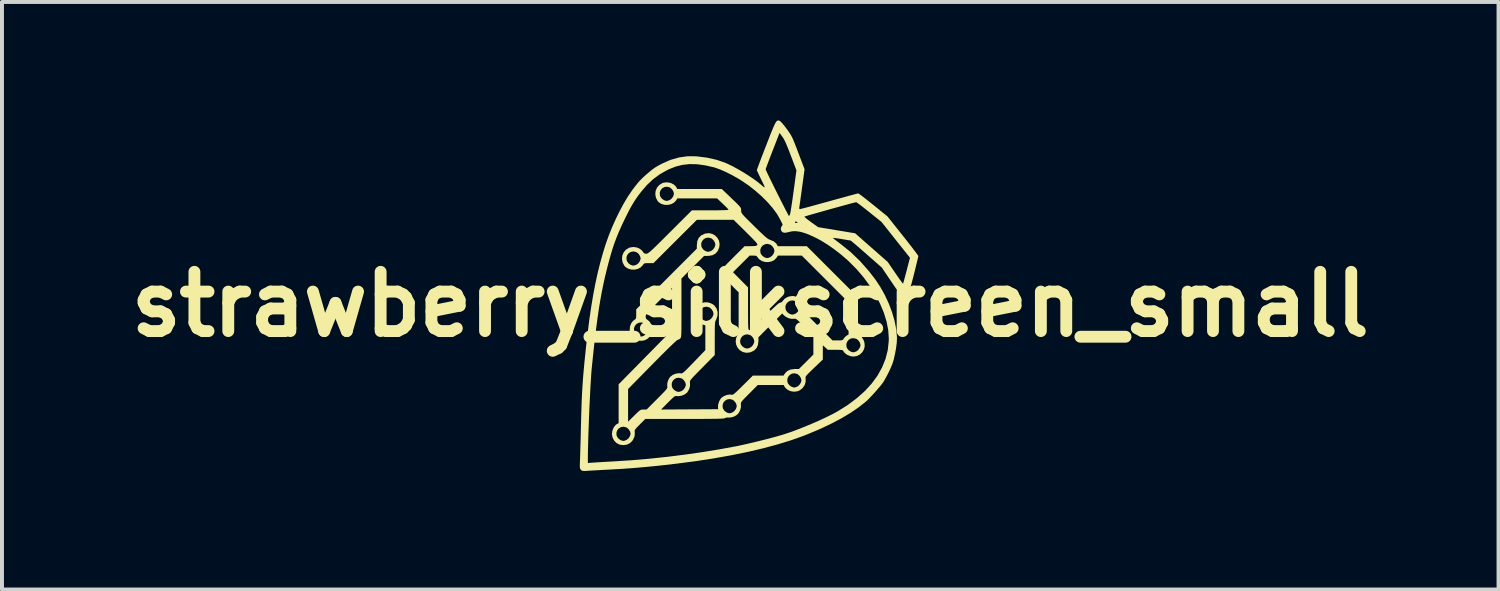
<source format=kicad_pcb>
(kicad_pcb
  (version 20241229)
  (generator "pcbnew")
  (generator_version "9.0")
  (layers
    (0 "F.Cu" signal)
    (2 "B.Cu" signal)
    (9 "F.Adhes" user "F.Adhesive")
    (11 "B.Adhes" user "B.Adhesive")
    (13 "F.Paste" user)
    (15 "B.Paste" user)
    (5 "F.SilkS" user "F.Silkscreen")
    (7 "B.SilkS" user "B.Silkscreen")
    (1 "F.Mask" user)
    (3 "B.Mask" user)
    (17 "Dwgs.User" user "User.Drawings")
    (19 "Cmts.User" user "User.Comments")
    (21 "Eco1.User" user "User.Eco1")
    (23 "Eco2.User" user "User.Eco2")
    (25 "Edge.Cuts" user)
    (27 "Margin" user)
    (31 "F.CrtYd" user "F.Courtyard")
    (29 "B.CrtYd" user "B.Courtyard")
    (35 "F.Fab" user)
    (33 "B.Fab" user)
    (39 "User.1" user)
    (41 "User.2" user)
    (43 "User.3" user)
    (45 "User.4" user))
  (footprint "strawberry_silkscreen_small"
    (layer "F.Cu")
    (at 15.943 4.653)
    (property "Reference" "strawberry_silkscreen_small" (at 0 0 0) (layer "F.SilkS") (effects (font (size 1.5 1.5) (thickness 0.3))))
    (attr board_only exclude_from_pos_files exclude_from_bom)
    (fp_poly (pts (xy 0.72 -4.652) (xy 0.74 -4.646) (xy 0.747 -4.643) (xy 0.77 -4.625) (xy 0.807 -4.586) (xy 0.854 -4.53) (xy 0.905 -4.463) (xy 0.922 -4.441) (xy 0.962 -4.385) (xy 0.995 -4.337) (xy 1.023 -4.293) (xy 1.049 -4.247) (xy 1.074 -4.196) (xy 1.101 -4.133) (xy 1.132 -4.055) (xy 1.171 -3.956) (xy 1.216 -3.836) (xy 1.375 -3.418) (xy 1.312 -2.957) (xy 1.296 -2.838) (xy 1.28 -2.727) (xy 1.267 -2.629) (xy 1.255 -2.548) (xy 1.247 -2.489) (xy 1.242 -2.457) (xy 1.241 -2.453) (xy 1.24 -2.421) (xy 1.255 -2.41) (xy 1.259 -2.41) (xy 1.279 -2.414) (xy 1.327 -2.426) (xy 1.399 -2.444) (xy 1.492 -2.469) (xy 1.603 -2.499) (xy 1.729 -2.534) (xy 1.867 -2.572) (xy 1.999 -2.608) (xy 2.145 -2.649) (xy 2.281 -2.686) (xy 2.405 -2.72) (xy 2.514 -2.75) (xy 2.605 -2.774) (xy 2.673 -2.793) (xy 2.718 -2.804) (xy 2.734 -2.807) (xy 2.751 -2.798) (xy 2.789 -2.77) (xy 2.846 -2.728) (xy 2.917 -2.673) (xy 2.999 -2.608) (xy 3.09 -2.535) (xy 3.114 -2.516) (xy 3.473 -2.225) (xy 3.864 -1.734) (xy 3.95 -1.626) (xy 4.029 -1.524) (xy 4.1 -1.433) (xy 4.16 -1.354) (xy 4.207 -1.291) (xy 4.239 -1.246) (xy 4.254 -1.223) (xy 4.255 -1.22) (xy 4.251 -1.2) (xy 4.24 -1.152) (xy 4.223 -1.082) (xy 4.201 -0.992) (xy 4.175 -0.886) (xy 4.146 -0.769) (xy 4.127 -0.694) (xy 4.085 -0.532) (xy 4.049 -0.399) (xy 4.019 -0.296) (xy 3.996 -0.223) (xy 3.98 -0.182) (xy 3.973 -0.171) (xy 3.925 -0.153) (xy 3.875 -0.159) (xy 3.854 -0.171) (xy 3.839 -0.189) (xy 3.808 -0.23) (xy 3.766 -0.29) (xy 3.713 -0.366) (xy 3.652 -0.454) (xy 3.587 -0.55) (xy 3.58 -0.56) (xy 3.331 -0.929) (xy 2.941 -1.271) (xy 2.847 -1.354) (xy 2.76 -1.43) (xy 2.684 -1.495) (xy 2.621 -1.549) (xy 2.574 -1.588) (xy 2.547 -1.61) (xy 2.54 -1.615) (xy 2.521 -1.617) (xy 2.477 -1.624) (xy 2.413 -1.635) (xy 2.336 -1.647) (xy 2.31 -1.652) (xy 2.232 -1.665) (xy 2.166 -1.674) (xy 2.118 -1.68) (xy 2.094 -1.68) (xy 2.092 -1.679) (xy 2.105 -1.667) (xy 2.138 -1.64) (xy 2.189 -1.601) (xy 2.251 -1.554) (xy 2.277 -1.535) (xy 2.534 -1.328) (xy 2.777 -1.096) (xy 3.006 -0.836) (xy 3.164 -0.632) (xy 3.292 -0.439) (xy 3.407 -0.233) (xy 3.507 -0.018) (xy 3.589 0.2) (xy 3.652 0.415) (xy 3.694 0.624) (xy 3.713 0.82) (xy 3.714 0.867) (xy 3.708 0.977) (xy 3.692 1.107) (xy 3.666 1.249) (xy 3.633 1.395) (xy 3.617 1.452) (xy 3.594 1.519) (xy 3.558 1.605) (xy 3.514 1.701) (xy 3.465 1.798) (xy 3.416 1.888) (xy 3.372 1.963) (xy 3.349 1.996) (xy 3.302 2.057) (xy 3.239 2.132) (xy 3.168 2.214) (xy 3.093 2.296) (xy 3.023 2.371) (xy 2.962 2.432) (xy 2.93 2.461) (xy 2.751 2.603) (xy 2.544 2.745) (xy 2.309 2.886) (xy 2.049 3.023) (xy 1.766 3.157) (xy 1.462 3.285) (xy 1.349 3.33) (xy 1.037 3.441) (xy 0.697 3.546) (xy 0.328 3.645) (xy -0.066 3.738) (xy -0.484 3.823) (xy -0.924 3.901) (xy -1.384 3.972) (xy -1.863 4.034) (xy -1.924 4.041) (xy -2.183 4.071) (xy -2.416 4.096) (xy -2.631 4.117) (xy -2.834 4.135) (xy -3.032 4.151) (xy -3.231 4.165) (xy -3.438 4.177) (xy -3.523 4.182) (xy -3.649 4.189) (xy -3.772 4.195) (xy -3.886 4.202) (xy -3.985 4.207) (xy -4.064 4.212) (xy -4.118 4.216) (xy -4.122 4.216) (xy -4.188 4.22) (xy -4.23 4.219) (xy -4.257 4.213) (xy -4.277 4.2) (xy -4.285 4.192) (xy -4.299 4.176) (xy -4.308 4.158) (xy -4.313 4.131) (xy -4.315 4.09) (xy -4.313 4.028) (xy -4.313 4.018) (xy -4.111 4.018) (xy -3.98 4.008) (xy -3.928 4.005) (xy -3.851 4) (xy -3.753 3.994) (xy -3.641 3.988) (xy -3.521 3.981) (xy -3.417 3.975) (xy -2.99 3.947) (xy -2.549 3.909) (xy -2.102 3.862) (xy -1.654 3.806) (xy -1.214 3.743) (xy -0.79 3.674) (xy -0.388 3.6) (xy -0.31 3.585) (xy -0.19 3.559) (xy -0.053 3.528) (xy 0.096 3.493) (xy 0.25 3.455) (xy 0.402 3.417) (xy 0.547 3.379) (xy 0.679 3.343) (xy 0.79 3.311) (xy 0.859 3.29) (xy 1.023 3.235) (xy 1.2 3.169) (xy 1.386 3.096) (xy 1.572 3.018) (xy 1.753 2.939) (xy 1.922 2.86) (xy 2.074 2.785) (xy 2.202 2.716) (xy 2.202 2.716) (xy 2.463 2.553) (xy 2.696 2.379) (xy 2.901 2.197) (xy 3.076 2.005) (xy 3.222 1.805) (xy 3.338 1.597) (xy 3.425 1.381) (xy 3.481 1.159) (xy 3.506 0.93) (xy 3.507 0.86) (xy 3.493 0.652) (xy 3.45 0.435) (xy 3.381 0.212) (xy 3.287 -0.013) (xy 3.17 -0.239) (xy 3.03 -0.463) (xy 2.871 -0.68) (xy 2.692 -0.889) (xy 2.496 -1.086) (xy 2.478 -1.103) (xy 2.314 -1.246) (xy 2.14 -1.382) (xy 1.964 -1.506) (xy 1.793 -1.612) (xy 1.67 -1.678) (xy 1.515 -1.75) (xy 1.381 -1.803) (xy 1.263 -1.836) (xy 1.157 -1.851) (xy 1.061 -1.848) (xy 0.97 -1.828) (xy 0.963 -1.826) (xy 0.886 -1.81) (xy 0.829 -1.818) (xy 0.791 -1.851) (xy 0.78 -1.874) (xy 0.773 -1.916) (xy 0.786 -1.957) (xy 0.793 -1.969) (xy 0.821 -2.018) (xy 0.789 -2.083) (xy 1.131 -2.083) (xy 1.134 -2.065) (xy 1.162 -2.06) (xy 1.191 -2.062) (xy 1.201 -2.067) (xy 1.189 -2.079) (xy 1.171 -2.091) (xy 1.144 -2.098) (xy 1.131 -2.083) (xy 0.789 -2.083) (xy 0.749 -2.162) (xy 0.716 -2.219) (xy 1.372 -2.219) (xy 1.379 -2.207) (xy 1.409 -2.18) (xy 1.456 -2.142) (xy 1.516 -2.097) (xy 1.539 -2.08) (xy 1.719 -1.952) (xy 2.187 -1.875) (xy 2.655 -1.797) (xy 3.067 -1.435) (xy 3.479 -1.073) (xy 3.67 -0.794) (xy 3.726 -0.712) (xy 3.777 -0.64) (xy 3.819 -0.582) (xy 3.849 -0.542) (xy 3.865 -0.523) (xy 3.867 -0.522) (xy 3.874 -0.539) (xy 3.886 -0.582) (xy 3.904 -0.647) (xy 3.926 -0.729) (xy 3.951 -0.822) (xy 3.959 -0.854) (xy 4.043 -1.178) (xy 3.683 -1.631) (xy 3.323 -2.084) (xy 3.012 -2.334) (xy 2.926 -2.403) (xy 2.848 -2.464) (xy 2.78 -2.516) (xy 2.728 -2.555) (xy 2.694 -2.578) (xy 2.682 -2.585) (xy 2.662 -2.58) (xy 2.615 -2.569) (xy 2.546 -2.551) (xy 2.459 -2.527) (xy 2.356 -2.499) (xy 2.243 -2.468) (xy 2.123 -2.435) (xy 2 -2.401) (xy 1.877 -2.366) (xy 1.76 -2.333) (xy 1.651 -2.302) (xy 1.555 -2.275) (xy 1.475 -2.252) (xy 1.415 -2.234) (xy 1.38 -2.223) (xy 1.372 -2.219) (xy 0.716 -2.219) (xy 0.67 -2.297) (xy 0.565 -2.439) (xy 0.438 -2.584) (xy 0.294 -2.729) (xy 0.135 -2.869) (xy -0.033 -3.002) (xy -0.208 -3.122) (xy -0.302 -3.181) (xy -0.459 -3.269) (xy -0.611 -3.346) (xy -0.751 -3.408) (xy -0.874 -3.453) (xy -0.916 -3.466) (xy -1.139 -3.517) (xy -1.345 -3.545) (xy -1.536 -3.549) (xy -1.718 -3.529) (xy -1.892 -3.485) (xy -2.064 -3.416) (xy -2.105 -3.396) (xy -2.29 -3.291) (xy -2.457 -3.168) (xy -2.612 -3.023) (xy -2.76 -2.851) (xy -2.775 -2.832) (xy -2.845 -2.739) (xy -2.907 -2.65) (xy -2.965 -2.558) (xy -3.023 -2.459) (xy -3.084 -2.345) (xy -3.151 -2.21) (xy -3.182 -2.147) (xy -3.259 -1.985) (xy -3.326 -1.835) (xy -3.385 -1.691) (xy -3.439 -1.547) (xy -3.489 -1.398) (xy -3.537 -1.236) (xy -3.587 -1.055) (xy -3.64 -0.849) (xy -3.641 -0.843) (xy -3.684 -0.666) (xy -3.723 -0.487) (xy -3.76 -0.303) (xy -3.795 -0.111) (xy -3.829 0.093) (xy -3.861 0.311) (xy -3.893 0.546) (xy -3.925 0.801) (xy -3.957 1.08) (xy -3.989 1.386) (xy -4.015 1.639) (xy -4.023 1.731) (xy -4.031 1.851) (xy -4.04 1.994) (xy -4.049 2.156) (xy -4.058 2.334) (xy -4.067 2.522) (xy -4.076 2.717) (xy -4.084 2.914) (xy -4.091 3.11) (xy -4.098 3.299) (xy -4.103 3.479) (xy -4.107 3.644) (xy -4.11 3.79) (xy -4.111 3.914) (xy -4.111 3.917) (xy -4.111 4.018) (xy -4.313 4.018) (xy -4.31 3.948) (xy -4.308 3.885) (xy -4.305 3.795) (xy -4.302 3.682) (xy -4.298 3.553) (xy -4.294 3.411) (xy -4.29 3.262) (xy -4.287 3.11) (xy -4.286 3.078) (xy -4.28 2.851) (xy -4.274 2.652) (xy -4.268 2.474) (xy -4.261 2.313) (xy -4.253 2.163) (xy -4.244 2.02) (xy -4.234 1.879) (xy -4.222 1.733) (xy -4.208 1.579) (xy -4.198 1.471) (xy -4.157 1.073) (xy -4.114 0.704) (xy -4.07 0.362) (xy -4.023 0.044) (xy -3.973 -0.254) (xy -3.919 -0.533) (xy -3.862 -0.796) (xy -3.8 -1.046) (xy -3.733 -1.285) (xy -3.662 -1.517) (xy -3.65 -1.551) (xy -3.578 -1.751) (xy -3.494 -1.958) (xy -3.402 -2.164) (xy -3.303 -2.365) (xy -3.201 -2.554) (xy -3.1 -2.724) (xy -3.001 -2.87) (xy -2.991 -2.885) (xy -2.92 -2.979) (xy -2.861 -3.054) (xy -2.808 -3.116) (xy -2.754 -3.172) (xy -2.695 -3.229) (xy -2.632 -3.285) (xy -2.552 -3.353) (xy -2.487 -3.406) (xy -2.427 -3.45) (xy -2.363 -3.49) (xy -2.286 -3.533) (xy -2.232 -3.561) (xy -2.023 -3.654) (xy -1.809 -3.716) (xy -1.591 -3.747) (xy -1.37 -3.746) (xy -1.36 -3.745) (xy -1.095 -3.712) (xy -0.854 -3.658) (xy -0.634 -3.583) (xy -0.565 -3.552) (xy -0.44 -3.491) (xy -0.306 -3.417) (xy -0.169 -3.337) (xy -0.035 -3.252) (xy 0.089 -3.169) (xy 0.196 -3.09) (xy 0.278 -3.022) (xy 0.322 -2.985) (xy 0.35 -2.963) (xy 0.363 -2.96) (xy 0.362 -2.978) (xy 0.346 -3.018) (xy 0.315 -3.082) (xy 0.28 -3.153) (xy 0.242 -3.232) (xy 0.209 -3.3) (xy 0.184 -3.355) (xy 0.169 -3.389) (xy 0.167 -3.398) (xy 0.172 -3.415) (xy 0.39 -3.415) (xy 0.397 -3.396) (xy 0.416 -3.354) (xy 0.446 -3.29) (xy 0.485 -3.21) (xy 0.531 -3.116) (xy 0.582 -3.013) (xy 0.636 -2.903) (xy 0.692 -2.791) (xy 0.748 -2.68) (xy 0.802 -2.573) (xy 0.852 -2.475) (xy 0.896 -2.389) (xy 0.933 -2.319) (xy 0.96 -2.268) (xy 0.976 -2.239) (xy 0.98 -2.235) (xy 0.992 -2.248) (xy 1.007 -2.278) (xy 1.013 -2.304) (xy 1.023 -2.358) (xy 1.035 -2.434) (xy 1.05 -2.531) (xy 1.067 -2.642) (xy 1.084 -2.766) (xy 1.097 -2.857) (xy 1.169 -3.391) (xy 1.025 -3.77) (xy 0.975 -3.9) (xy 0.933 -4.004) (xy 0.898 -4.086) (xy 0.868 -4.15) (xy 0.84 -4.2) (xy 0.814 -4.241) (xy 0.811 -4.244) (xy 0.741 -4.339) (xy 0.723 -4.293) (xy 0.713 -4.266) (xy 0.693 -4.214) (xy 0.665 -4.141) (xy 0.63 -4.052) (xy 0.591 -3.95) (xy 0.548 -3.841) (xy 0.548 -3.84) (xy 0.506 -3.733) (xy 0.469 -3.634) (xy 0.437 -3.55) (xy 0.412 -3.482) (xy 0.396 -3.436) (xy 0.39 -3.415) (xy 0.39 -3.415) (xy 0.172 -3.415) (xy 0.173 -3.416) (xy 0.189 -3.461) (xy 0.214 -3.529) (xy 0.247 -3.617) (xy 0.286 -3.721) (xy 0.332 -3.839) (xy 0.381 -3.968) (xy 0.402 -4.02) (xy 0.463 -4.177) (xy 0.513 -4.306) (xy 0.556 -4.411) (xy 0.59 -4.493) (xy 0.619 -4.555) (xy 0.643 -4.6) (xy 0.664 -4.63) (xy 0.683 -4.646) (xy 0.701 -4.653)) (stroke (width 0) (type solid)) (fill yes) (layer "F.SilkS"))
    (fp_poly (pts (xy -2.025 -3.075) (xy -1.949 -3.041) (xy -1.89 -2.99) (xy -1.87 -2.96) (xy -1.848 -2.919) (xy -1.284 -2.919) (xy -0.721 -2.919) (xy -0.519 -2.726) (xy -0.431 -2.641) (xy -0.362 -2.575) (xy -0.312 -2.524) (xy -0.276 -2.486) (xy -0.253 -2.458) (xy -0.239 -2.435) (xy -0.233 -2.415) (xy -0.231 -2.395) (xy -0.231 -2.372) (xy -0.23 -2.352) (xy -0.227 -2.333) (xy -0.219 -2.313) (xy -0.204 -2.29) (xy -0.179 -2.259) (xy -0.142 -2.219) (xy -0.09 -2.165) (xy -0.021 -2.097) (xy 0.068 -2.009) (xy 0.099 -1.978) (xy 0.198 -1.881) (xy 0.278 -1.805) (xy 0.341 -1.746) (xy 0.39 -1.702) (xy 0.429 -1.671) (xy 0.46 -1.65) (xy 0.486 -1.637) (xy 0.501 -1.632) (xy 0.592 -1.594) (xy 0.654 -1.543) (xy 0.675 -1.512) (xy 0.697 -1.471) (xy 1.064 -1.471) (xy 1.431 -1.471) (xy 2.079 -0.823) (xy 2.728 -0.175) (xy 2.728 0.296) (xy 2.728 0.766) (xy 2.769 0.788) (xy 2.827 0.837) (xy 2.871 0.912) (xy 2.889 0.966) (xy 2.898 1.055) (xy 2.88 1.138) (xy 2.838 1.211) (xy 2.778 1.269) (xy 2.704 1.308) (xy 2.62 1.324) (xy 2.54 1.314) (xy 2.451 1.279) (xy 2.387 1.229) (xy 2.363 1.194) (xy 2.352 1.177) (xy 2.339 1.165) (xy 2.318 1.158) (xy 2.281 1.155) (xy 2.225 1.153) (xy 2.152 1.153) (xy 1.964 1.153) (xy 1.901 1.096) (xy 1.837 1.038) (xy 1.837 1.219) (xy 1.837 1.399) (xy 1.614 1.612) (xy 1.537 1.686) (xy 1.481 1.741) (xy 1.441 1.782) (xy 1.417 1.812) (xy 1.403 1.834) (xy 1.399 1.853) (xy 1.4 1.871) (xy 1.401 1.88) (xy 1.402 1.965) (xy 1.376 2.047) (xy 1.326 2.12) (xy 1.258 2.175) (xy 1.193 2.203) (xy 1.108 2.213) (xy 1.023 2.2) (xy 0.947 2.166) (xy 0.888 2.115) (xy 0.868 2.085) (xy 0.846 2.044) (xy 0.518 2.044) (xy 0.19 2.044) (xy -0.028 2.263) (xy -0.104 2.339) (xy -0.159 2.396) (xy -0.198 2.438) (xy -0.222 2.468) (xy -0.235 2.491) (xy -0.239 2.51) (xy -0.238 2.528) (xy -0.237 2.534) (xy -0.236 2.604) (xy -0.256 2.681) (xy -0.293 2.752) (xy -0.319 2.783) (xy -0.375 2.824) (xy -0.446 2.854) (xy -0.517 2.868) (xy -0.56 2.866) (xy -0.609 2.868) (xy -0.635 2.88) (xy -0.646 2.885) (xy -0.665 2.889) (xy -0.696 2.892) (xy -0.739 2.895) (xy -0.799 2.897) (xy -0.876 2.899) (xy -0.973 2.9) (xy -1.092 2.901) (xy -1.236 2.902) (xy -1.407 2.902) (xy -1.607 2.903) (xy -1.661 2.903) (xy -2.657 2.903) (xy -2.796 3.042) (xy -2.854 3.101) (xy -2.893 3.143) (xy -2.916 3.173) (xy -2.926 3.196) (xy -2.927 3.218) (xy -2.925 3.233) (xy -2.923 3.281) (xy -2.93 3.338) (xy -2.935 3.358) (xy -2.974 3.442) (xy -3.034 3.506) (xy -3.111 3.549) (xy -3.2 3.566) (xy -3.295 3.556) (xy -3.315 3.55) (xy -3.388 3.511) (xy -3.447 3.449) (xy -3.486 3.372) (xy -3.502 3.287) (xy -3.497 3.247) (xy -3.388 3.247) (xy -3.386 3.314) (xy -3.372 3.353) (xy -3.335 3.403) (xy -3.28 3.441) (xy -3.222 3.459) (xy -3.215 3.459) (xy -3.181 3.453) (xy -3.138 3.436) (xy -3.133 3.434) (xy -3.087 3.399) (xy -3.05 3.346) (xy -3.031 3.29) (xy -3.03 3.276) (xy -3.043 3.22) (xy -3.078 3.165) (xy -3.125 3.123) (xy -3.136 3.117) (xy -3.205 3.099) (xy -3.27 3.108) (xy -3.325 3.139) (xy -3.366 3.187) (xy -3.388 3.247) (xy -3.497 3.247) (xy -3.493 3.208) (xy -3.458 3.119) (xy -3.408 3.055) (xy -3.373 3.031) (xy -3.332 3.009) (xy -3.332 2.517) (xy -3.332 2.026) (xy -2.656 1.339) (xy -1.98 0.653) (xy -1.98 0.12) (xy -1.98 -0.413) (xy -2.314 -0.08) (xy -2.41 0.017) (xy -2.486 0.093) (xy -2.543 0.153) (xy -2.586 0.199) (xy -2.615 0.233) (xy -2.633 0.26) (xy -2.643 0.28) (xy -2.648 0.298) (xy -2.648 0.311) (xy -2.642 0.355) (xy -2.621 0.382) (xy -2.607 0.39) (xy -2.549 0.439) (xy -2.505 0.515) (xy -2.487 0.568) (xy -2.478 0.657) (xy -2.496 0.74) (xy -2.537 0.813) (xy -2.597 0.871) (xy -2.672 0.911) (xy -2.756 0.926) (xy -2.836 0.917) (xy -2.89 0.898) (xy -2.939 0.874) (xy -2.951 0.867) (xy -3.005 0.81) (xy -3.039 0.736) (xy -3.052 0.654) (xy -3.048 0.606) (xy -2.943 0.606) (xy -2.941 0.674) (xy -2.927 0.713) (xy -2.889 0.763) (xy -2.835 0.801) (xy -2.777 0.818) (xy -2.77 0.819) (xy -2.736 0.812) (xy -2.692 0.796) (xy -2.688 0.794) (xy -2.641 0.758) (xy -2.605 0.706) (xy -2.585 0.65) (xy -2.585 0.636) (xy -2.598 0.58) (xy -2.632 0.525) (xy -2.679 0.483) (xy -2.691 0.477) (xy -2.76 0.459) (xy -2.824 0.468) (xy -2.88 0.499) (xy -2.921 0.547) (xy -2.943 0.606) (xy -3.048 0.606) (xy -3.046 0.57) (xy -3.019 0.491) (xy -2.973 0.427) (xy -2.94 0.4) (xy -2.913 0.381) (xy -2.897 0.362) (xy -2.89 0.335) (xy -2.887 0.29) (xy -2.887 0.247) (xy -2.887 0.128) (xy -2.12 -0.64) (xy -1.353 -1.407) (xy -1.352 -1.499) (xy -1.347 -1.541) (xy -1.241 -1.541) (xy -1.239 -1.474) (xy -1.225 -1.434) (xy -1.187 -1.384) (xy -1.133 -1.346) (xy -1.075 -1.329) (xy -1.068 -1.328) (xy -1.034 -1.335) (xy -0.991 -1.351) (xy -0.986 -1.353) (xy -0.94 -1.389) (xy -0.903 -1.441) (xy -0.884 -1.497) (xy -0.883 -1.511) (xy -0.896 -1.567) (xy -0.93 -1.622) (xy -0.977 -1.664) (xy -0.989 -1.67) (xy -1.058 -1.688) (xy -1.123 -1.679) (xy -1.178 -1.648) (xy -1.219 -1.601) (xy -1.241 -1.541) (xy -1.347 -1.541) (xy -1.34 -1.601) (xy -1.304 -1.682) (xy -1.244 -1.742) (xy -1.159 -1.784) (xy -1.134 -1.791) (xy -1.045 -1.801) (xy -0.961 -1.782) (xy -0.889 -1.741) (xy -0.83 -1.681) (xy -0.791 -1.607) (xy -0.776 -1.523) (xy -0.785 -1.443) (xy -0.822 -1.351) (xy -0.878 -1.285) (xy -0.953 -1.243) (xy -1.05 -1.225) (xy -1.078 -1.225) (xy -1.169 -1.224) (xy -1.455 -0.938) (xy -1.742 -0.652) (xy -1.742 0.091) (xy -1.742 0.264) (xy -1.742 0.409) (xy -1.742 0.526) (xy -1.743 0.621) (xy -1.744 0.695) (xy -1.746 0.751) (xy -1.749 0.792) (xy -1.753 0.821) (xy -1.757 0.841) (xy -1.763 0.854) (xy -1.77 0.863) (xy -1.773 0.867) (xy -1.807 0.891) (xy -1.836 0.899) (xy -1.854 0.91) (xy -1.893 0.943) (xy -1.952 0.998) (xy -2.029 1.072) (xy -2.125 1.166) (xy -2.237 1.277) (xy -2.365 1.406) (xy -2.48 1.522) (xy -3.093 2.145) (xy -3.093 2.559) (xy -3.093 2.972) (xy -2.937 2.818) (xy -2.874 2.757) (xy -2.829 2.714) (xy -2.795 2.687) (xy -2.769 2.672) (xy -2.744 2.666) (xy -2.715 2.664) (xy -2.702 2.664) (xy -2.624 2.664) (xy -2.357 2.397) (xy -2.273 2.313) (xy -2.209 2.247) (xy -2.162 2.198) (xy -2.131 2.162) (xy -2.111 2.135) (xy -2.101 2.115) (xy -2.099 2.098) (xy -2.101 2.081) (xy -2.101 2.079) (xy -2.102 2.008) (xy -2.101 2.006) (xy -1.988 2.006) (xy -1.986 2.073) (xy -1.973 2.112) (xy -1.935 2.162) (xy -1.881 2.2) (xy -1.823 2.218) (xy -1.816 2.218) (xy -1.782 2.212) (xy -1.738 2.196) (xy -1.733 2.194) (xy -1.687 2.158) (xy -1.65 2.105) (xy -1.631 2.049) (xy -1.63 2.036) (xy -1.644 1.98) (xy -1.678 1.924) (xy -1.725 1.883) (xy -1.736 1.877) (xy -1.805 1.859) (xy -1.87 1.867) (xy -1.925 1.898) (xy -1.967 1.946) (xy -1.988 2.006) (xy -2.101 2.006) (xy -2.082 1.931) (xy -2.045 1.861) (xy -2.019 1.83) (xy -1.956 1.784) (xy -1.878 1.755) (xy -1.799 1.745) (xy -1.768 1.748) (xy -1.751 1.751) (xy -1.734 1.749) (xy -1.716 1.742) (xy -1.693 1.726) (xy -1.662 1.699) (xy -1.619 1.659) (xy -1.563 1.602) (xy -1.49 1.526) (xy -1.425 1.46) (xy -1.137 1.161) (xy -1.137 0.848) (xy -1.137 0.534) (xy -1.204 0.514) (xy -1.283 0.475) (xy -1.345 0.413) (xy -1.386 0.336) (xy -1.403 0.25) (xy -1.398 0.209) (xy -1.289 0.209) (xy -1.286 0.276) (xy -1.273 0.315) (xy -1.235 0.365) (xy -1.181 0.403) (xy -1.123 0.421) (xy -1.116 0.421) (xy -1.082 0.415) (xy -1.038 0.399) (xy -1.033 0.396) (xy -0.987 0.361) (xy -0.95 0.308) (xy -0.931 0.252) (xy -0.93 0.239) (xy -0.944 0.182) (xy -0.978 0.127) (xy -1.025 0.085) (xy -1.037 0.079) (xy -1.106 0.061) (xy -1.17 0.07) (xy -1.226 0.101) (xy -1.267 0.149) (xy -1.289 0.209) (xy -1.398 0.209) (xy -1.394 0.17) (xy -1.358 0.08) (xy -1.302 0.014) (xy -1.224 -0.03) (xy -1.154 -0.05) (xy -1.086 -0.05) (xy -1.01 -0.031) (xy -0.94 0.005) (xy -0.907 0.032) (xy -0.853 0.107) (xy -0.827 0.194) (xy -0.829 0.287) (xy -0.86 0.381) (xy -0.867 0.394) (xy -0.877 0.414) (xy -0.884 0.436) (xy -0.89 0.465) (xy -0.894 0.504) (xy -0.896 0.559) (xy -0.898 0.632) (xy -0.898 0.728) (xy -0.899 0.851) (xy -0.899 0.869) (xy -0.899 1.285) (xy -1.218 1.608) (xy -1.31 1.701) (xy -1.383 1.776) (xy -1.438 1.833) (xy -1.477 1.876) (xy -1.504 1.908) (xy -1.52 1.932) (xy -1.527 1.951) (xy -1.529 1.967) (xy -1.527 1.983) (xy -1.526 1.988) (xy -1.525 2.066) (xy -1.547 2.148) (xy -1.588 2.221) (xy -1.607 2.242) (xy -1.669 2.287) (xy -1.746 2.316) (xy -1.823 2.327) (xy -1.857 2.324) (xy -1.878 2.321) (xy -1.897 2.324) (xy -1.92 2.336) (xy -1.95 2.36) (xy -1.992 2.398) (xy -2.049 2.455) (xy -2.084 2.489) (xy -2.258 2.664) (xy -1.535 2.66) (xy -0.811 2.656) (xy -0.817 2.61) (xy -0.813 2.547) (xy -0.7 2.547) (xy -0.698 2.614) (xy -0.684 2.653) (xy -0.647 2.703) (xy -0.593 2.741) (xy -0.535 2.759) (xy -0.527 2.759) (xy -0.493 2.753) (xy -0.45 2.737) (xy -0.445 2.734) (xy -0.399 2.699) (xy -0.362 2.646) (xy -0.343 2.59) (xy -0.342 2.577) (xy -0.355 2.52) (xy -0.39 2.465) (xy -0.437 2.423) (xy -0.448 2.417) (xy -0.517 2.399) (xy -0.582 2.408) (xy -0.637 2.439) (xy -0.678 2.487) (xy -0.7 2.547) (xy -0.813 2.547) (xy -0.812 2.537) (xy -0.788 2.459) (xy -0.749 2.391) (xy -0.731 2.37) (xy -0.67 2.326) (xy -0.596 2.297) (xy -0.52 2.285) (xy -0.482 2.288) (xy -0.464 2.291) (xy -0.447 2.289) (xy -0.427 2.279) (xy -0.4 2.26) (xy -0.363 2.227) (xy -0.313 2.18) (xy -0.246 2.115) (xy -0.183 2.052) (xy -0.024 1.895) (xy 0.938 1.895) (xy 0.94 1.962) (xy 0.954 2.001) (xy 0.992 2.051) (xy 1.046 2.089) (xy 1.104 2.107) (xy 1.111 2.107) (xy 1.145 2.101) (xy 1.188 2.085) (xy 1.193 2.082) (xy 1.239 2.047) (xy 1.276 1.994) (xy 1.295 1.938) (xy 1.296 1.924) (xy 1.283 1.868) (xy 1.248 1.813) (xy 1.201 1.771) (xy 1.19 1.765) (xy 1.121 1.747) (xy 1.056 1.756) (xy 1.001 1.787) (xy 0.96 1.835) (xy 0.938 1.895) (xy -0.024 1.895) (xy 0.066 1.805) (xy 0.454 1.805) (xy 0.843 1.805) (xy 0.877 1.752) (xy 0.935 1.692) (xy 1.014 1.654) (xy 1.115 1.639) (xy 1.133 1.638) (xy 1.232 1.638) (xy 1.415 1.456) (xy 1.598 1.273) (xy 1.598 1.034) (xy 1.598 1.004) (xy 2.433 1.004) (xy 2.435 1.071) (xy 2.449 1.11) (xy 2.487 1.16) (xy 2.541 1.198) (xy 2.599 1.216) (xy 2.606 1.216) (xy 2.64 1.21) (xy 2.683 1.194) (xy 2.688 1.192) (xy 2.734 1.156) (xy 2.771 1.103) (xy 2.79 1.047) (xy 2.791 1.034) (xy 2.778 0.978) (xy 2.744 0.922) (xy 2.697 0.881) (xy 2.685 0.875) (xy 2.616 0.857) (xy 2.551 0.865) (xy 2.496 0.896) (xy 2.455 0.944) (xy 2.433 1.004) (xy 1.598 1.004) (xy 1.598 0.795) (xy 1.379 0.576) (xy 1.303 0.501) (xy 1.246 0.445) (xy 1.205 0.407) (xy 1.174 0.382) (xy 1.151 0.369) (xy 1.133 0.365) (xy 1.114 0.366) (xy 1.109 0.368) (xy 1.038 0.368) (xy 0.96 0.348) (xy 0.89 0.311) (xy 0.859 0.285) (xy 0.808 0.234) (xy 0.507 0.534) (xy 0.207 0.835) (xy 0.207 0.926) (xy 0.195 1.028) (xy 0.159 1.109) (xy 0.099 1.17) (xy 0.014 1.211) (xy -0.011 1.219) (xy -0.101 1.228) (xy -0.187 1.208) (xy -0.263 1.164) (xy -0.322 1.098) (xy -0.357 1.021) (xy -0.37 0.933) (xy -0.365 0.909) (xy -0.255 0.909) (xy -0.253 0.976) (xy -0.239 1.015) (xy -0.201 1.065) (xy -0.147 1.103) (xy -0.089 1.121) (xy -0.082 1.121) (xy -0.048 1.115) (xy -0.004 1.098) (xy 0.000343 1.096) (xy 0.046 1.061) (xy 0.083 1.008) (xy 0.102 0.952) (xy 0.103 0.938) (xy 0.09 0.882) (xy 0.056 0.827) (xy 0.009 0.785) (xy -0.003 0.779) (xy -0.072 0.761) (xy -0.136 0.77) (xy -0.192 0.801) (xy -0.233 0.849) (xy -0.255 0.909) (xy -0.365 0.909) (xy -0.355 0.849) (xy -0.326 0.783) (xy -0.317 0.765) (xy -0.31 0.745) (xy -0.305 0.719) (xy -0.301 0.684) (xy -0.298 0.636) (xy -0.296 0.571) (xy -0.295 0.486) (xy -0.294 0.377) (xy -0.294 0.241) (xy -0.294 0.211) (xy -0.294 -0.301) (xy -0.517 -0.525) (xy -0.596 -0.604) (xy -0.658 -0.668) (xy -0.703 -0.721) (xy -0.73 -0.766) (xy -0.739 -0.809) (xy -0.738 -0.812) (xy -0.437 -0.812) (xy -0.246 -0.619) (xy -0.056 -0.427) (xy -0.056 0.108) (xy -0.056 0.252) (xy -0.055 0.368) (xy -0.055 0.458) (xy -0.053 0.526) (xy -0.051 0.576) (xy -0.048 0.61) (xy -0.044 0.631) (xy -0.038 0.643) (xy -0.031 0.649) (xy -0.022 0.653) (xy -0.009 0.653) (xy 0.009 0.645) (xy 0.035 0.626) (xy 0.072 0.595) (xy 0.121 0.55) (xy 0.186 0.488) (xy 0.268 0.408) (xy 0.364 0.312) (xy 0.469 0.208) (xy 0.554 0.125) (xy 0.622 0.062) (xy 0.635 0.05) (xy 0.89 0.05) (xy 0.893 0.117) (xy 0.906 0.156) (xy 0.944 0.206) (xy 0.998 0.244) (xy 1.056 0.262) (xy 1.063 0.262) (xy 1.097 0.256) (xy 1.141 0.24) (xy 1.145 0.237) (xy 1.192 0.202) (xy 1.229 0.149) (xy 1.248 0.093) (xy 1.249 0.08) (xy 1.235 0.023) (xy 1.201 -0.032) (xy 1.154 -0.074) (xy 1.142 -0.08) (xy 1.073 -0.098) (xy 1.009 -0.089) (xy 0.953 -0.058) (xy 0.912 -0.01) (xy 0.89 0.05) (xy 0.635 0.05) (xy 0.673 0.015) (xy 0.711 -0.016) (xy 0.738 -0.034) (xy 0.756 -0.04) (xy 0.758 -0.04) (xy 0.799 -0.054) (xy 0.82 -0.081) (xy 0.869 -0.139) (xy 0.944 -0.183) (xy 0.997 -0.201) (xy 1.087 -0.21) (xy 1.173 -0.19) (xy 1.249 -0.146) (xy 1.308 -0.08) (xy 1.343 -0.002) (xy 1.354 0.054) (xy 1.356 0.108) (xy 1.354 0.123) (xy 1.352 0.137) (xy 1.353 0.152) (xy 1.36 0.17) (xy 1.375 0.193) (xy 1.401 0.224) (xy 1.438 0.265) (xy 1.49 0.32) (xy 1.559 0.39) (xy 1.647 0.478) (xy 1.713 0.544) (xy 2.083 0.915) (xy 2.211 0.915) (xy 2.275 0.914) (xy 2.315 0.911) (xy 2.339 0.902) (xy 2.355 0.887) (xy 2.367 0.867) (xy 2.402 0.825) (xy 2.442 0.792) (xy 2.489 0.765) (xy 2.489 0.358) (xy 2.489 -0.048) (xy 1.897 -0.64) (xy 1.304 -1.233) (xy 1.002 -1.232) (xy 0.7 -1.232) (xy 0.666 -1.179) (xy 0.611 -1.122) (xy 0.539 -1.085) (xy 0.457 -1.068) (xy 0.373 -1.071) (xy 0.294 -1.095) (xy 0.227 -1.139) (xy 0.193 -1.179) (xy 0.171 -1.21) (xy 0.147 -1.226) (xy 0.111 -1.232) (xy 0.072 -1.232) (xy -0.015 -1.233) (xy -0.226 -1.022) (xy -0.437 -0.812) (xy -0.738 -0.812) (xy -0.729 -0.852) (xy -0.7 -0.901) (xy -0.652 -0.959) (xy -0.583 -1.031) (xy -0.494 -1.12) (xy -0.441 -1.173) (xy -0.232 -1.382) (xy 0.254 -1.382) (xy 0.256 -1.314) (xy 0.27 -1.275) (xy 0.308 -1.225) (xy 0.362 -1.187) (xy 0.42 -1.17) (xy 0.427 -1.169) (xy 0.461 -1.176) (xy 0.504 -1.192) (xy 0.509 -1.194) (xy 0.555 -1.23) (xy 0.592 -1.282) (xy 0.611 -1.338) (xy 0.612 -1.352) (xy 0.599 -1.408) (xy 0.565 -1.463) (xy 0.518 -1.505) (xy 0.506 -1.511) (xy 0.437 -1.529) (xy 0.372 -1.52) (xy 0.317 -1.489) (xy 0.276 -1.442) (xy 0.254 -1.382) (xy -0.232 -1.382) (xy -0.142 -1.471) (xy 0.007 -1.471) (xy 0.08 -1.472) (xy 0.127 -1.476) (xy 0.156 -1.483) (xy 0.174 -1.496) (xy 0.176 -1.499) (xy 0.181 -1.509) (xy 0.178 -1.523) (xy 0.166 -1.543) (xy 0.143 -1.572) (xy 0.106 -1.613) (xy 0.053 -1.668) (xy -0.018 -1.74) (xy -0.11 -1.831) (xy -0.112 -1.833) (xy -0.422 -2.139) (xy -0.887 -2.139) (xy -1.351 -2.139) (xy -1.901 -1.59) (xy -2.45 -1.042) (xy -2.569 -1.042) (xy -2.63 -1.041) (xy -2.668 -1.037) (xy -2.692 -1.027) (xy -2.709 -1.007) (xy -2.722 -0.988) (xy -2.777 -0.932) (xy -2.848 -0.895) (xy -2.93 -0.877) (xy -3.015 -0.88) (xy -3.094 -0.903) (xy -3.161 -0.946) (xy -3.189 -0.978) (xy -3.232 -1.062) (xy -3.247 -1.15) (xy -3.243 -1.191) (xy -3.134 -1.191) (xy -3.131 -1.124) (xy -3.118 -1.085) (xy -3.08 -1.035) (xy -3.026 -0.996) (xy -2.968 -0.979) (xy -2.961 -0.979) (xy -2.927 -0.985) (xy -2.883 -1.001) (xy -2.878 -1.003) (xy -2.832 -1.039) (xy -2.795 -1.091) (xy -2.776 -1.148) (xy -2.775 -1.161) (xy -2.789 -1.217) (xy -2.823 -1.273) (xy -2.87 -1.314) (xy -2.882 -1.32) (xy -2.951 -1.338) (xy -3.015 -1.329) (xy -3.071 -1.299) (xy -3.112 -1.251) (xy -3.134 -1.191) (xy -3.243 -1.191) (xy -3.237 -1.237) (xy -3.204 -1.315) (xy -3.148 -1.381) (xy -3.072 -1.428) (xy -3.038 -1.439) (xy -2.953 -1.45) (xy -2.868 -1.437) (xy -2.792 -1.403) (xy -2.733 -1.352) (xy -2.712 -1.321) (xy -2.689 -1.292) (xy -2.652 -1.281) (xy -2.634 -1.28) (xy -2.62 -1.281) (xy -2.604 -1.286) (xy -2.586 -1.296) (xy -2.562 -1.313) (xy -2.53 -1.338) (xy -2.489 -1.375) (xy -2.437 -1.424) (xy -2.371 -1.488) (xy -2.289 -1.569) (xy -2.19 -1.667) (xy -2.071 -1.786) (xy -2.028 -1.829) (xy -1.478 -2.378) (xy -1.013 -2.378) (xy -0.888 -2.378) (xy -0.778 -2.38) (xy -0.685 -2.382) (xy -0.614 -2.385) (xy -0.567 -2.388) (xy -0.549 -2.392) (xy -0.549 -2.392) (xy -0.56 -2.408) (xy -0.59 -2.441) (xy -0.634 -2.486) (xy -0.689 -2.538) (xy -0.694 -2.543) (xy -0.839 -2.68) (xy -1.342 -2.68) (xy -1.845 -2.68) (xy -1.879 -2.627) (xy -1.934 -2.57) (xy -2.005 -2.533) (xy -2.087 -2.516) (xy -2.172 -2.518) (xy -2.251 -2.541) (xy -2.318 -2.584) (xy -2.346 -2.616) (xy -2.389 -2.7) (xy -2.404 -2.789) (xy -2.4 -2.829) (xy -2.291 -2.829) (xy -2.288 -2.762) (xy -2.275 -2.723) (xy -2.237 -2.673) (xy -2.183 -2.635) (xy -2.125 -2.617) (xy -2.118 -2.617) (xy -2.084 -2.623) (xy -2.04 -2.639) (xy -2.035 -2.641) (xy -1.989 -2.677) (xy -1.952 -2.73) (xy -1.933 -2.786) (xy -1.932 -2.799) (xy -1.946 -2.855) (xy -1.98 -2.911) (xy -2.027 -2.952) (xy -2.039 -2.959) (xy -2.108 -2.977) (xy -2.172 -2.968) (xy -2.228 -2.937) (xy -2.269 -2.889) (xy -2.291 -2.829) (xy -2.4 -2.829) (xy -2.394 -2.875) (xy -2.361 -2.953) (xy -2.305 -3.019) (xy -2.229 -3.066) (xy -2.195 -3.078) (xy -2.11 -3.088)) (stroke (width 0) (type solid)) (fill yes) (layer "F.SilkS")))
  (gr_rect
    (start -3 -3)
    (end 34.886 11.873)
    (stroke (width 0.1) (type default))
    (fill no)
    (layer "Edge.Cuts")))
</source>
